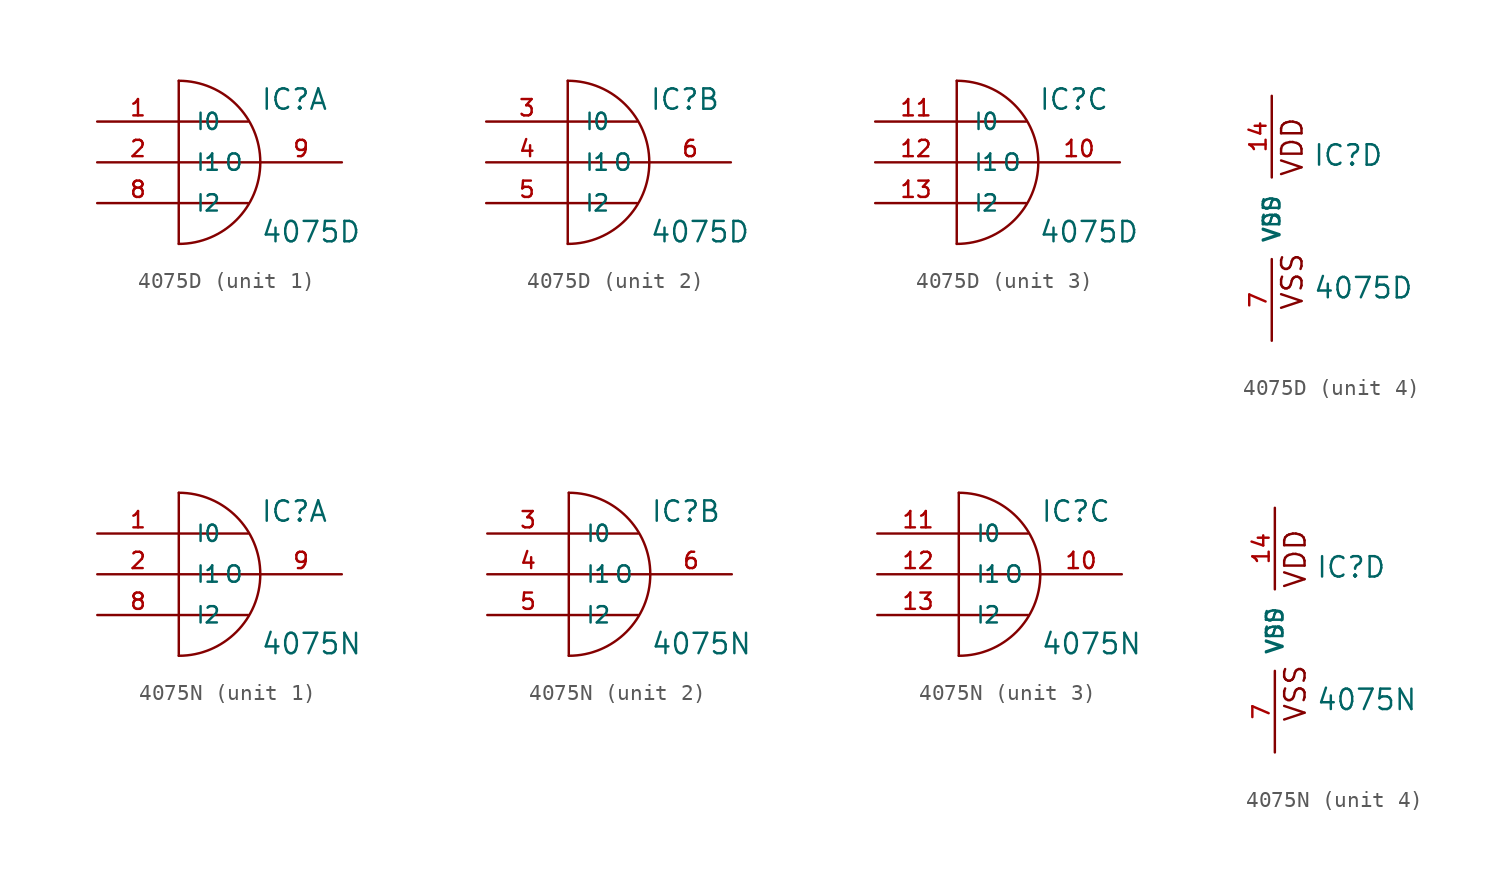
<source format=kicad_sym>
(kicad_symbol_lib
  (version 20211014)
  (generator kicad_symbol_editor)
  (symbol "4075D"
    (pin_names
      (offset 1.016))
    (property "Reference" "IC"
      (at 2.54 3.175 0)
      (effects (font (size 1.27 1.27)) (justify left bottom)))
    (property "Value" "4075D"
      (at 2.54 -5.08 0)
      (effects (font (size 1.27 1.27)) (justify left bottom)))
    (property "ki_locked" ""
      (at 0 0 0)
      (effects (font (size 1.27 1.27))))
    (symbol "4075D_1_0"
      (polyline (pts (xy -2.54 -2.54) (xy 1.778 -2.54)) (stroke (width 0) (type default) (color 0 0 0 0)) (fill (type none)))
      (polyline (pts (xy -2.54 0) (xy 2.54 0)) (stroke (width 0) (type default) (color 0 0 0 0)) (fill (type none)))
      (polyline (pts (xy -2.54 2.54) (xy 1.778 2.54)) (stroke (width 0) (type default) (color 0 0 0 0)) (fill (type none)))
      (polyline (pts (xy -2.54 5.08) (xy -2.54 -5.08)) (stroke (width 0) (type default) (color 0 0 0 0)) (fill (type none))))
    (symbol "4075D_1_1"
      (arc (start -2.54 -5.08) (mid 2.54 0) (end -2.54 5.08) (stroke (width 0) (type default) (color 0 0 0 0)) (fill (type none)))
      (pin input line (at -7.62 2.54 0) (length 5.08) (name "I0" (effects (font (size 1.016 1.016)))) (number "1" (effects (font (size 1.016 1.016)))))
      (pin input line (at -7.62 0 0) (length 5.08) (name "I1" (effects (font (size 1.016 1.016)))) (number "2" (effects (font (size 1.016 1.016)))))
      (pin input line (at -7.62 -2.54 0) (length 5.08) (name "I2" (effects (font (size 1.016 1.016)))) (number "8" (effects (font (size 1.016 1.016)))))
      (pin output line (at 7.62 0 180) (length 5.08) (name "O" (effects (font (size 1.016 1.016)))) (number "9" (effects (font (size 1.016 1.016))))))
    (symbol "4075D_2_0"
      (polyline (pts (xy -2.54 -2.54) (xy 1.778 -2.54)) (stroke (width 0) (type default) (color 0 0 0 0)) (fill (type none)))
      (polyline (pts (xy -2.54 0) (xy 2.54 0)) (stroke (width 0) (type default) (color 0 0 0 0)) (fill (type none)))
      (polyline (pts (xy -2.54 2.54) (xy 1.778 2.54)) (stroke (width 0) (type default) (color 0 0 0 0)) (fill (type none)))
      (polyline (pts (xy -2.54 5.08) (xy -2.54 -5.08)) (stroke (width 0) (type default) (color 0 0 0 0)) (fill (type none))))
    (symbol "4075D_2_1"
      (arc (start -2.54 -5.08) (mid 2.54 0) (end -2.54 5.08) (stroke (width 0) (type default) (color 0 0 0 0)) (fill (type none)))
      (pin input line (at -7.62 2.54 0) (length 5.08) (name "I0" (effects (font (size 1.016 1.016)))) (number "3" (effects (font (size 1.016 1.016)))))
      (pin input line (at -7.62 0 0) (length 5.08) (name "I1" (effects (font (size 1.016 1.016)))) (number "4" (effects (font (size 1.016 1.016)))))
      (pin input line (at -7.62 -2.54 0) (length 5.08) (name "I2" (effects (font (size 1.016 1.016)))) (number "5" (effects (font (size 1.016 1.016)))))
      (pin output line (at 7.62 0 180) (length 5.08) (name "O" (effects (font (size 1.016 1.016)))) (number "6" (effects (font (size 1.016 1.016))))))
    (symbol "4075D_3_0"
      (polyline (pts (xy -2.54 -2.54) (xy 1.778 -2.54)) (stroke (width 0) (type default) (color 0 0 0 0)) (fill (type none)))
      (polyline (pts (xy -2.54 0) (xy 2.54 0)) (stroke (width 0) (type default) (color 0 0 0 0)) (fill (type none)))
      (polyline (pts (xy -2.54 2.54) (xy 1.778 2.54)) (stroke (width 0) (type default) (color 0 0 0 0)) (fill (type none)))
      (polyline (pts (xy -2.54 5.08) (xy -2.54 -5.08)) (stroke (width 0) (type default) (color 0 0 0 0)) (fill (type none))))
    (symbol "4075D_3_1"
      (arc (start -2.54 -5.08) (mid 2.54 0) (end -2.54 5.08) (stroke (width 0) (type default) (color 0 0 0 0)) (fill (type none)))
      (pin output line (at 7.62 0 180) (length 5.08) (name "O" (effects (font (size 1.016 1.016)))) (number "10" (effects (font (size 1.016 1.016)))))
      (pin input line (at -7.62 2.54 0) (length 5.08) (name "I0" (effects (font (size 1.016 1.016)))) (number "11" (effects (font (size 1.016 1.016)))))
      (pin input line (at -7.62 0 0) (length 5.08) (name "I1" (effects (font (size 1.016 1.016)))) (number "12" (effects (font (size 1.016 1.016)))))
      (pin input line (at -7.62 -2.54 0) (length 5.08) (name "I2" (effects (font (size 1.016 1.016)))) (number "13" (effects (font (size 1.016 1.016))))))
    (symbol "4075D_4_0"
      (text "VDD" (at 1.27 4.445 1) (effects (font (size 1.27 1.27))))
      (text "VSS" (at 1.27 -3.937 1) (effects (font (size 1.27 1.27)))))
    (symbol "4075D_4_1"
      (pin power_in line (at 0 7.62 270) (length 5.08) (name "VDD" (effects (font (size 1.016 1.016)))) (number "14" (effects (font (size 1.016 1.016)))))
      (pin power_in line (at 0 -7.62 90) (length 5.08) (name "VSS" (effects (font (size 1.016 1.016)))) (number "7" (effects (font (size 1.016 1.016)))))))
  (symbol "4075N"
    (pin_names
      (offset 1.016))
    (property "Reference" "IC"
      (at 2.54 3.175 0)
      (effects (font (size 1.27 1.27)) (justify left bottom)))
    (property "Value" "4075N"
      (at 2.54 -5.08 0)
      (effects (font (size 1.27 1.27)) (justify left bottom)))
    (property "ki_locked" ""
      (at 0 0 0)
      (effects (font (size 1.27 1.27))))
    (symbol "4075N_1_0"
      (polyline (pts (xy -2.54 -2.54) (xy 1.778 -2.54)) (stroke (width 0) (type default) (color 0 0 0 0)) (fill (type none)))
      (polyline (pts (xy -2.54 0) (xy 2.54 0)) (stroke (width 0) (type default) (color 0 0 0 0)) (fill (type none)))
      (polyline (pts (xy -2.54 2.54) (xy 1.778 2.54)) (stroke (width 0) (type default) (color 0 0 0 0)) (fill (type none)))
      (polyline (pts (xy -2.54 5.08) (xy -2.54 -5.08)) (stroke (width 0) (type default) (color 0 0 0 0)) (fill (type none))))
    (symbol "4075N_1_1"
      (arc (start -2.54 -5.08) (mid 2.54 0) (end -2.54 5.08) (stroke (width 0) (type default) (color 0 0 0 0)) (fill (type none)))
      (pin input line (at -7.62 2.54 0) (length 5.08) (name "I0" (effects (font (size 1.016 1.016)))) (number "1" (effects (font (size 1.016 1.016)))))
      (pin input line (at -7.62 0 0) (length 5.08) (name "I1" (effects (font (size 1.016 1.016)))) (number "2" (effects (font (size 1.016 1.016)))))
      (pin input line (at -7.62 -2.54 0) (length 5.08) (name "I2" (effects (font (size 1.016 1.016)))) (number "8" (effects (font (size 1.016 1.016)))))
      (pin output line (at 7.62 0 180) (length 5.08) (name "O" (effects (font (size 1.016 1.016)))) (number "9" (effects (font (size 1.016 1.016))))))
    (symbol "4075N_2_0"
      (polyline (pts (xy -2.54 -2.54) (xy 1.778 -2.54)) (stroke (width 0) (type default) (color 0 0 0 0)) (fill (type none)))
      (polyline (pts (xy -2.54 0) (xy 2.54 0)) (stroke (width 0) (type default) (color 0 0 0 0)) (fill (type none)))
      (polyline (pts (xy -2.54 2.54) (xy 1.778 2.54)) (stroke (width 0) (type default) (color 0 0 0 0)) (fill (type none)))
      (polyline (pts (xy -2.54 5.08) (xy -2.54 -5.08)) (stroke (width 0) (type default) (color 0 0 0 0)) (fill (type none))))
    (symbol "4075N_2_1"
      (arc (start -2.54 -5.08) (mid 2.54 0) (end -2.54 5.08) (stroke (width 0) (type default) (color 0 0 0 0)) (fill (type none)))
      (pin input line (at -7.62 2.54 0) (length 5.08) (name "I0" (effects (font (size 1.016 1.016)))) (number "3" (effects (font (size 1.016 1.016)))))
      (pin input line (at -7.62 0 0) (length 5.08) (name "I1" (effects (font (size 1.016 1.016)))) (number "4" (effects (font (size 1.016 1.016)))))
      (pin input line (at -7.62 -2.54 0) (length 5.08) (name "I2" (effects (font (size 1.016 1.016)))) (number "5" (effects (font (size 1.016 1.016)))))
      (pin output line (at 7.62 0 180) (length 5.08) (name "O" (effects (font (size 1.016 1.016)))) (number "6" (effects (font (size 1.016 1.016))))))
    (symbol "4075N_3_0"
      (polyline (pts (xy -2.54 -2.54) (xy 1.778 -2.54)) (stroke (width 0) (type default) (color 0 0 0 0)) (fill (type none)))
      (polyline (pts (xy -2.54 0) (xy 2.54 0)) (stroke (width 0) (type default) (color 0 0 0 0)) (fill (type none)))
      (polyline (pts (xy -2.54 2.54) (xy 1.778 2.54)) (stroke (width 0) (type default) (color 0 0 0 0)) (fill (type none)))
      (polyline (pts (xy -2.54 5.08) (xy -2.54 -5.08)) (stroke (width 0) (type default) (color 0 0 0 0)) (fill (type none))))
    (symbol "4075N_3_1"
      (arc (start -2.54 -5.08) (mid 2.54 0) (end -2.54 5.08) (stroke (width 0) (type default) (color 0 0 0 0)) (fill (type none)))
      (pin output line (at 7.62 0 180) (length 5.08) (name "O" (effects (font (size 1.016 1.016)))) (number "10" (effects (font (size 1.016 1.016)))))
      (pin input line (at -7.62 2.54 0) (length 5.08) (name "I0" (effects (font (size 1.016 1.016)))) (number "11" (effects (font (size 1.016 1.016)))))
      (pin input line (at -7.62 0 0) (length 5.08) (name "I1" (effects (font (size 1.016 1.016)))) (number "12" (effects (font (size 1.016 1.016)))))
      (pin input line (at -7.62 -2.54 0) (length 5.08) (name "I2" (effects (font (size 1.016 1.016)))) (number "13" (effects (font (size 1.016 1.016))))))
    (symbol "4075N_4_0"
      (text "VDD" (at 1.27 4.445 1) (effects (font (size 1.27 1.27))))
      (text "VSS" (at 1.27 -3.937 1) (effects (font (size 1.27 1.27)))))
    (symbol "4075N_4_1"
      (pin power_in line (at 0 7.62 270) (length 5.08) (name "VDD" (effects (font (size 1.016 1.016)))) (number "14" (effects (font (size 1.016 1.016)))))
      (pin power_in line (at 0 -7.62 90) (length 5.08) (name "VSS" (effects (font (size 1.016 1.016)))) (number "7" (effects (font (size 1.016 1.016))))))))
</source>
